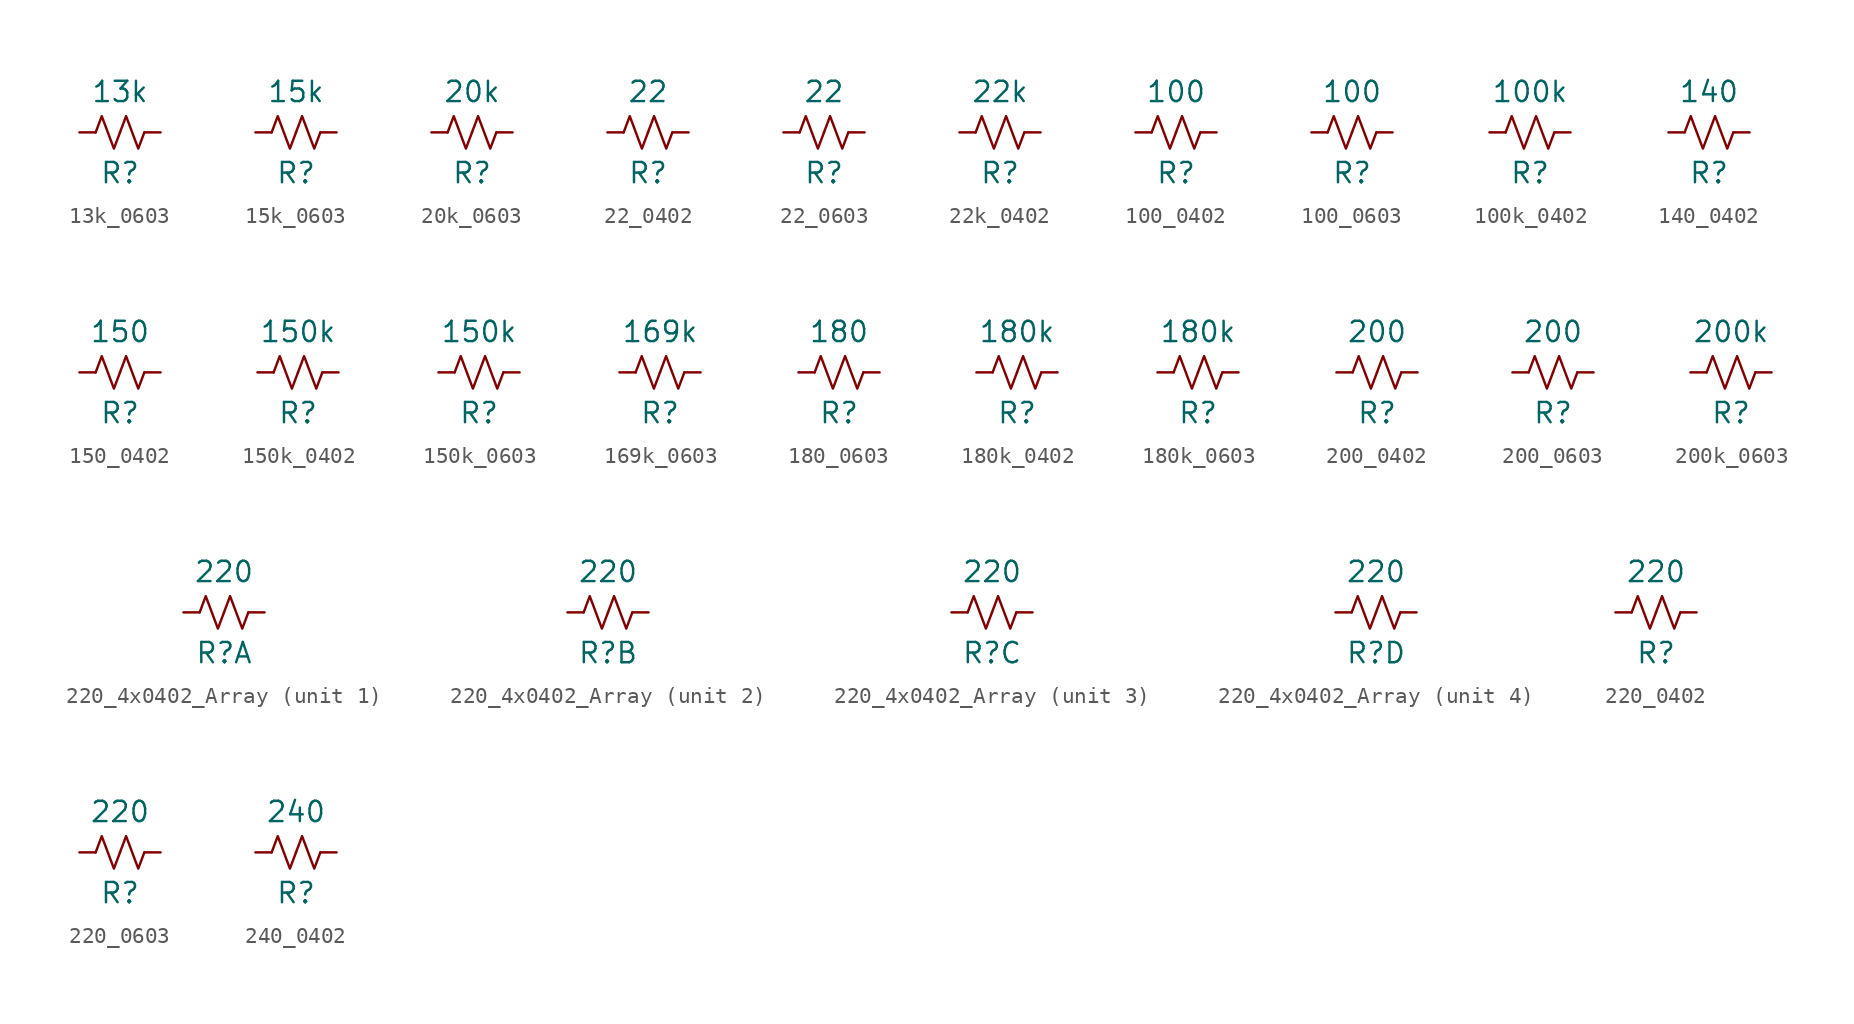
<source format=kicad_sym>
(kicad_symbol_lib
  (version 20241209)
  (generator "kicad_symbol_editor")
  (generator_version "9.0")
  (symbol "13k_0603"
    (pin_numbers
      (hide yes))
    (pin_names
      (offset 0))
    (property "Reference" "R"
      (at 0 -2.54 0)
      (effects (font (size 1.27 1.27))))
    (property "Value" "13k"
      (at 0 2.54 0)
      (effects (font (size 1.27 1.27))))
    (symbol "13k_0603_0_1"
      (polyline (pts (xy -1.524 0) (xy -1.143 1.016) (xy -0.762 0) (xy -0.381 -1.016) (xy 0 0)) (stroke (width 0) (type default)) (fill (type none)))
      (polyline (pts (xy 0 0) (xy 0.381 1.016) (xy 0.762 0) (xy 1.143 -1.016) (xy 1.524 0)) (stroke (width 0) (type default)) (fill (type none))))
    (symbol "13k_0603_1_1"
      (pin passive line (at -2.54 0 0) (length 1.016) (name "~" (effects (font (size 1.27 1.27)))) (number "1" (effects (font (size 1.27 1.27)))))
      (pin passive line (at 2.54 0 180) (length 1.016) (name "~" (effects (font (size 1.27 1.27)))) (number "2" (effects (font (size 1.27 1.27)))))))
  (symbol "15k_0603"
    (pin_numbers
      (hide yes))
    (pin_names
      (offset 0))
    (property "Reference" "R"
      (at 0 -2.54 0)
      (effects (font (size 1.27 1.27))))
    (property "Value" "15k"
      (at 0 2.54 0)
      (effects (font (size 1.27 1.27))))
    (symbol "15k_0603_0_1"
      (polyline (pts (xy -1.524 0) (xy -1.143 1.016) (xy -0.762 0) (xy -0.381 -1.016) (xy 0 0)) (stroke (width 0) (type default)) (fill (type none)))
      (polyline (pts (xy 0 0) (xy 0.381 1.016) (xy 0.762 0) (xy 1.143 -1.016) (xy 1.524 0)) (stroke (width 0) (type default)) (fill (type none))))
    (symbol "15k_0603_1_1"
      (pin passive line (at -2.54 0 0) (length 1.016) (name "~" (effects (font (size 1.27 1.27)))) (number "1" (effects (font (size 1.27 1.27)))))
      (pin passive line (at 2.54 0 180) (length 1.016) (name "~" (effects (font (size 1.27 1.27)))) (number "2" (effects (font (size 1.27 1.27)))))))
  (symbol "20k_0603"
    (pin_numbers
      (hide yes))
    (pin_names
      (offset 0))
    (property "Reference" "R"
      (at 0 -2.54 0)
      (effects (font (size 1.27 1.27))))
    (property "Value" "20k"
      (at 0 2.54 0)
      (effects (font (size 1.27 1.27))))
    (symbol "20k_0603_0_1"
      (polyline (pts (xy -1.524 0) (xy -1.143 1.016) (xy -0.762 0) (xy -0.381 -1.016) (xy 0 0)) (stroke (width 0) (type default)) (fill (type none)))
      (polyline (pts (xy 0 0) (xy 0.381 1.016) (xy 0.762 0) (xy 1.143 -1.016) (xy 1.524 0)) (stroke (width 0) (type default)) (fill (type none))))
    (symbol "20k_0603_1_1"
      (pin passive line (at -2.54 0 0) (length 1.016) (name "~" (effects (font (size 1.27 1.27)))) (number "1" (effects (font (size 1.27 1.27)))))
      (pin passive line (at 2.54 0 180) (length 1.016) (name "~" (effects (font (size 1.27 1.27)))) (number "2" (effects (font (size 1.27 1.27)))))))
  (symbol "22_0402"
    (pin_numbers
      (hide yes))
    (pin_names
      (offset 0))
    (property "Reference" "R"
      (at 0 -2.54 0)
      (effects (font (size 1.27 1.27))))
    (property "Value" "22"
      (at 0 2.54 0)
      (effects (font (size 1.27 1.27))))
    (symbol "22_0402_0_1"
      (polyline (pts (xy -1.524 0) (xy -1.143 1.016) (xy -0.762 0) (xy -0.381 -1.016) (xy 0 0)) (stroke (width 0) (type default)) (fill (type none)))
      (polyline (pts (xy 0 0) (xy 0.381 1.016) (xy 0.762 0) (xy 1.143 -1.016) (xy 1.524 0)) (stroke (width 0) (type default)) (fill (type none))))
    (symbol "22_0402_1_1"
      (pin passive line (at -2.54 0 0) (length 1.016) (name "~" (effects (font (size 1.27 1.27)))) (number "1" (effects (font (size 1.27 1.27)))))
      (pin passive line (at 2.54 0 180) (length 1.016) (name "~" (effects (font (size 1.27 1.27)))) (number "2" (effects (font (size 1.27 1.27)))))))
  (symbol "22_0603"
    (pin_numbers
      (hide yes))
    (pin_names
      (offset 0))
    (property "Reference" "R"
      (at 0 -2.54 0)
      (effects (font (size 1.27 1.27))))
    (property "Value" "22"
      (at 0 2.54 0)
      (effects (font (size 1.27 1.27))))
    (symbol "22_0603_0_1"
      (polyline (pts (xy -1.524 0) (xy -1.143 1.016) (xy -0.762 0) (xy -0.381 -1.016) (xy 0 0)) (stroke (width 0) (type default)) (fill (type none)))
      (polyline (pts (xy 0 0) (xy 0.381 1.016) (xy 0.762 0) (xy 1.143 -1.016) (xy 1.524 0)) (stroke (width 0) (type default)) (fill (type none))))
    (symbol "22_0603_1_1"
      (pin passive line (at -2.54 0 0) (length 1.016) (name "~" (effects (font (size 1.27 1.27)))) (number "1" (effects (font (size 1.27 1.27)))))
      (pin passive line (at 2.54 0 180) (length 1.016) (name "~" (effects (font (size 1.27 1.27)))) (number "2" (effects (font (size 1.27 1.27)))))))
  (symbol "22k_0402"
    (pin_numbers
      (hide yes))
    (pin_names
      (offset 0))
    (property "Reference" "R"
      (at 0 -2.54 0)
      (effects (font (size 1.27 1.27))))
    (property "Value" "22k"
      (at 0 2.54 0)
      (effects (font (size 1.27 1.27))))
    (symbol "22k_0402_0_1"
      (polyline (pts (xy -1.524 0) (xy -1.143 1.016) (xy -0.762 0) (xy -0.381 -1.016) (xy 0 0)) (stroke (width 0) (type default)) (fill (type none)))
      (polyline (pts (xy 0 0) (xy 0.381 1.016) (xy 0.762 0) (xy 1.143 -1.016) (xy 1.524 0)) (stroke (width 0) (type default)) (fill (type none))))
    (symbol "22k_0402_1_1"
      (pin passive line (at -2.54 0 0) (length 1.016) (name "~" (effects (font (size 1.27 1.27)))) (number "1" (effects (font (size 1.27 1.27)))))
      (pin passive line (at 2.54 0 180) (length 1.016) (name "~" (effects (font (size 1.27 1.27)))) (number "2" (effects (font (size 1.27 1.27)))))))
  (symbol "100_0402"
    (pin_numbers
      (hide yes))
    (pin_names
      (offset 0))
    (property "Reference" "R"
      (at 0 -2.54 0)
      (effects (font (size 1.27 1.27))))
    (property "Value" "100"
      (at 0 2.54 0)
      (effects (font (size 1.27 1.27))))
    (symbol "100_0402_0_1"
      (polyline (pts (xy -1.524 0) (xy -1.143 1.016) (xy -0.762 0) (xy -0.381 -1.016) (xy 0 0)) (stroke (width 0) (type default)) (fill (type none)))
      (polyline (pts (xy 0 0) (xy 0.381 1.016) (xy 0.762 0) (xy 1.143 -1.016) (xy 1.524 0)) (stroke (width 0) (type default)) (fill (type none))))
    (symbol "100_0402_1_1"
      (pin passive line (at -2.54 0 0) (length 1.016) (name "~" (effects (font (size 1.27 1.27)))) (number "1" (effects (font (size 1.27 1.27)))))
      (pin passive line (at 2.54 0 180) (length 1.016) (name "~" (effects (font (size 1.27 1.27)))) (number "2" (effects (font (size 1.27 1.27)))))))
  (symbol "100_0603"
    (pin_numbers
      (hide yes))
    (pin_names
      (offset 0))
    (property "Reference" "R"
      (at 0 -2.54 0)
      (effects (font (size 1.27 1.27))))
    (property "Value" "100"
      (at 0 2.54 0)
      (effects (font (size 1.27 1.27))))
    (symbol "100_0603_0_1"
      (polyline (pts (xy -1.524 0) (xy -1.143 1.016) (xy -0.762 0) (xy -0.381 -1.016) (xy 0 0)) (stroke (width 0) (type default)) (fill (type none)))
      (polyline (pts (xy 0 0) (xy 0.381 1.016) (xy 0.762 0) (xy 1.143 -1.016) (xy 1.524 0)) (stroke (width 0) (type default)) (fill (type none))))
    (symbol "100_0603_1_1"
      (pin passive line (at -2.54 0 0) (length 1.016) (name "~" (effects (font (size 1.27 1.27)))) (number "1" (effects (font (size 1.27 1.27)))))
      (pin passive line (at 2.54 0 180) (length 1.016) (name "~" (effects (font (size 1.27 1.27)))) (number "2" (effects (font (size 1.27 1.27)))))))
  (symbol "100k_0402"
    (pin_numbers
      (hide yes))
    (pin_names
      (offset 0))
    (property "Reference" "R"
      (at 0 -2.54 0)
      (effects (font (size 1.27 1.27))))
    (property "Value" "100k"
      (at 0 2.54 0)
      (effects (font (size 1.27 1.27))))
    (symbol "100k_0402_0_1"
      (polyline (pts (xy -1.524 0) (xy -1.143 1.016) (xy -0.762 0) (xy -0.381 -1.016) (xy 0 0)) (stroke (width 0) (type default)) (fill (type none)))
      (polyline (pts (xy 0 0) (xy 0.381 1.016) (xy 0.762 0) (xy 1.143 -1.016) (xy 1.524 0)) (stroke (width 0) (type default)) (fill (type none))))
    (symbol "100k_0402_1_1"
      (pin passive line (at -2.54 0 0) (length 1.016) (name "~" (effects (font (size 1.27 1.27)))) (number "1" (effects (font (size 1.27 1.27)))))
      (pin passive line (at 2.54 0 180) (length 1.016) (name "~" (effects (font (size 1.27 1.27)))) (number "2" (effects (font (size 1.27 1.27)))))))
  (symbol "140_0402"
    (pin_numbers
      (hide yes))
    (pin_names
      (offset 0))
    (property "Reference" "R"
      (at 0 -2.54 0)
      (effects (font (size 1.27 1.27))))
    (property "Value" "140"
      (at 0 2.54 0)
      (effects (font (size 1.27 1.27))))
    (symbol "140_0402_0_1"
      (polyline (pts (xy -1.524 0) (xy -1.143 1.016) (xy -0.762 0) (xy -0.381 -1.016) (xy 0 0)) (stroke (width 0) (type default)) (fill (type none)))
      (polyline (pts (xy 0 0) (xy 0.381 1.016) (xy 0.762 0) (xy 1.143 -1.016) (xy 1.524 0)) (stroke (width 0) (type default)) (fill (type none))))
    (symbol "140_0402_1_1"
      (pin passive line (at -2.54 0 0) (length 1.016) (name "~" (effects (font (size 1.27 1.27)))) (number "1" (effects (font (size 1.27 1.27)))))
      (pin passive line (at 2.54 0 180) (length 1.016) (name "~" (effects (font (size 1.27 1.27)))) (number "2" (effects (font (size 1.27 1.27)))))))
  (symbol "150_0402"
    (pin_numbers
      (hide yes))
    (pin_names
      (offset 0))
    (property "Reference" "R"
      (at 0 -2.54 0)
      (effects (font (size 1.27 1.27))))
    (property "Value" "150"
      (at 0 2.54 0)
      (effects (font (size 1.27 1.27))))
    (symbol "150_0402_0_1"
      (polyline (pts (xy -1.524 0) (xy -1.143 1.016) (xy -0.762 0) (xy -0.381 -1.016) (xy 0 0)) (stroke (width 0) (type default)) (fill (type none)))
      (polyline (pts (xy 0 0) (xy 0.381 1.016) (xy 0.762 0) (xy 1.143 -1.016) (xy 1.524 0)) (stroke (width 0) (type default)) (fill (type none))))
    (symbol "150_0402_1_1"
      (pin passive line (at -2.54 0 0) (length 1.016) (name "~" (effects (font (size 1.27 1.27)))) (number "1" (effects (font (size 1.27 1.27)))))
      (pin passive line (at 2.54 0 180) (length 1.016) (name "~" (effects (font (size 1.27 1.27)))) (number "2" (effects (font (size 1.27 1.27)))))))
  (symbol "150k_0402"
    (pin_numbers
      (hide yes))
    (pin_names
      (offset 0))
    (property "Reference" "R"
      (at 0 -2.54 0)
      (effects (font (size 1.27 1.27))))
    (property "Value" "150k"
      (at 0 2.54 0)
      (effects (font (size 1.27 1.27))))
    (symbol "150k_0402_0_1"
      (polyline (pts (xy -1.524 0) (xy -1.143 1.016) (xy -0.762 0) (xy -0.381 -1.016) (xy 0 0)) (stroke (width 0) (type default)) (fill (type none)))
      (polyline (pts (xy 0 0) (xy 0.381 1.016) (xy 0.762 0) (xy 1.143 -1.016) (xy 1.524 0)) (stroke (width 0) (type default)) (fill (type none))))
    (symbol "150k_0402_1_1"
      (pin passive line (at -2.54 0 0) (length 1.016) (name "~" (effects (font (size 1.27 1.27)))) (number "1" (effects (font (size 1.27 1.27)))))
      (pin passive line (at 2.54 0 180) (length 1.016) (name "~" (effects (font (size 1.27 1.27)))) (number "2" (effects (font (size 1.27 1.27)))))))
  (symbol "150k_0603"
    (pin_numbers
      (hide yes))
    (pin_names
      (offset 0))
    (property "Reference" "R"
      (at 0 -2.54 0)
      (effects (font (size 1.27 1.27))))
    (property "Value" "150k"
      (at 0 2.54 0)
      (effects (font (size 1.27 1.27))))
    (symbol "150k_0603_0_1"
      (polyline (pts (xy -1.524 0) (xy -1.143 1.016) (xy -0.762 0) (xy -0.381 -1.016) (xy 0 0)) (stroke (width 0) (type default)) (fill (type none)))
      (polyline (pts (xy 0 0) (xy 0.381 1.016) (xy 0.762 0) (xy 1.143 -1.016) (xy 1.524 0)) (stroke (width 0) (type default)) (fill (type none))))
    (symbol "150k_0603_1_1"
      (pin passive line (at -2.54 0 0) (length 1.016) (name "~" (effects (font (size 1.27 1.27)))) (number "1" (effects (font (size 1.27 1.27)))))
      (pin passive line (at 2.54 0 180) (length 1.016) (name "~" (effects (font (size 1.27 1.27)))) (number "2" (effects (font (size 1.27 1.27)))))))
  (symbol "169k_0603"
    (pin_numbers
      (hide yes))
    (pin_names
      (offset 0))
    (property "Reference" "R"
      (at 0 -2.54 0)
      (effects (font (size 1.27 1.27))))
    (property "Value" "169k"
      (at 0 2.54 0)
      (effects (font (size 1.27 1.27))))
    (symbol "169k_0603_0_1"
      (polyline (pts (xy -1.524 0) (xy -1.143 1.016) (xy -0.762 0) (xy -0.381 -1.016) (xy 0 0)) (stroke (width 0) (type default)) (fill (type none)))
      (polyline (pts (xy 0 0) (xy 0.381 1.016) (xy 0.762 0) (xy 1.143 -1.016) (xy 1.524 0)) (stroke (width 0) (type default)) (fill (type none))))
    (symbol "169k_0603_1_1"
      (pin passive line (at -2.54 0 0) (length 1.016) (name "~" (effects (font (size 1.27 1.27)))) (number "1" (effects (font (size 1.27 1.27)))))
      (pin passive line (at 2.54 0 180) (length 1.016) (name "~" (effects (font (size 1.27 1.27)))) (number "2" (effects (font (size 1.27 1.27)))))))
  (symbol "180_0603"
    (pin_numbers
      (hide yes))
    (pin_names
      (offset 0))
    (property "Reference" "R"
      (at 0 -2.54 0)
      (effects (font (size 1.27 1.27))))
    (property "Value" "180"
      (at 0 2.54 0)
      (effects (font (size 1.27 1.27))))
    (symbol "180_0603_0_1"
      (polyline (pts (xy -1.524 0) (xy -1.143 1.016) (xy -0.762 0) (xy -0.381 -1.016) (xy 0 0)) (stroke (width 0) (type default)) (fill (type none)))
      (polyline (pts (xy 0 0) (xy 0.381 1.016) (xy 0.762 0) (xy 1.143 -1.016) (xy 1.524 0)) (stroke (width 0) (type default)) (fill (type none))))
    (symbol "180_0603_1_1"
      (pin passive line (at -2.54 0 0) (length 1.016) (name "~" (effects (font (size 1.27 1.27)))) (number "1" (effects (font (size 1.27 1.27)))))
      (pin passive line (at 2.54 0 180) (length 1.016) (name "~" (effects (font (size 1.27 1.27)))) (number "2" (effects (font (size 1.27 1.27)))))))
  (symbol "180k_0402"
    (pin_numbers
      (hide yes))
    (pin_names
      (offset 0))
    (property "Reference" "R"
      (at 0 -2.54 0)
      (effects (font (size 1.27 1.27))))
    (property "Value" "180k"
      (at 0 2.54 0)
      (effects (font (size 1.27 1.27))))
    (symbol "180k_0402_0_1"
      (polyline (pts (xy -1.524 0) (xy -1.143 1.016) (xy -0.762 0) (xy -0.381 -1.016) (xy 0 0)) (stroke (width 0) (type default)) (fill (type none)))
      (polyline (pts (xy 0 0) (xy 0.381 1.016) (xy 0.762 0) (xy 1.143 -1.016) (xy 1.524 0)) (stroke (width 0) (type default)) (fill (type none))))
    (symbol "180k_0402_1_1"
      (pin passive line (at -2.54 0 0) (length 1.016) (name "~" (effects (font (size 1.27 1.27)))) (number "1" (effects (font (size 1.27 1.27)))))
      (pin passive line (at 2.54 0 180) (length 1.016) (name "~" (effects (font (size 1.27 1.27)))) (number "2" (effects (font (size 1.27 1.27)))))))
  (symbol "180k_0603"
    (pin_numbers
      (hide yes))
    (pin_names
      (offset 0))
    (property "Reference" "R"
      (at 0 -2.54 0)
      (effects (font (size 1.27 1.27))))
    (property "Value" "180k"
      (at 0 2.54 0)
      (effects (font (size 1.27 1.27))))
    (symbol "180k_0603_0_1"
      (polyline (pts (xy -1.524 0) (xy -1.143 1.016) (xy -0.762 0) (xy -0.381 -1.016) (xy 0 0)) (stroke (width 0) (type default)) (fill (type none)))
      (polyline (pts (xy 0 0) (xy 0.381 1.016) (xy 0.762 0) (xy 1.143 -1.016) (xy 1.524 0)) (stroke (width 0) (type default)) (fill (type none))))
    (symbol "180k_0603_1_1"
      (pin passive line (at -2.54 0 0) (length 1.016) (name "~" (effects (font (size 1.27 1.27)))) (number "1" (effects (font (size 1.27 1.27)))))
      (pin passive line (at 2.54 0 180) (length 1.016) (name "~" (effects (font (size 1.27 1.27)))) (number "2" (effects (font (size 1.27 1.27)))))))
  (symbol "200_0402"
    (pin_numbers
      (hide yes))
    (pin_names
      (offset 0))
    (property "Reference" "R"
      (at 0 -2.54 0)
      (effects (font (size 1.27 1.27))))
    (property "Value" "200"
      (at 0 2.54 0)
      (effects (font (size 1.27 1.27))))
    (symbol "200_0402_0_1"
      (polyline (pts (xy -1.524 0) (xy -1.143 1.016) (xy -0.762 0) (xy -0.381 -1.016) (xy 0 0)) (stroke (width 0) (type default)) (fill (type none)))
      (polyline (pts (xy 0 0) (xy 0.381 1.016) (xy 0.762 0) (xy 1.143 -1.016) (xy 1.524 0)) (stroke (width 0) (type default)) (fill (type none))))
    (symbol "200_0402_1_1"
      (pin passive line (at -2.54 0 0) (length 1.016) (name "~" (effects (font (size 1.27 1.27)))) (number "1" (effects (font (size 1.27 1.27)))))
      (pin passive line (at 2.54 0 180) (length 1.016) (name "~" (effects (font (size 1.27 1.27)))) (number "2" (effects (font (size 1.27 1.27)))))))
  (symbol "200_0603"
    (pin_numbers
      (hide yes))
    (pin_names
      (offset 0))
    (property "Reference" "R"
      (at 0 -2.54 0)
      (effects (font (size 1.27 1.27))))
    (property "Value" "200"
      (at 0 2.54 0)
      (effects (font (size 1.27 1.27))))
    (symbol "200_0603_0_1"
      (polyline (pts (xy -1.524 0) (xy -1.143 1.016) (xy -0.762 0) (xy -0.381 -1.016) (xy 0 0)) (stroke (width 0) (type default)) (fill (type none)))
      (polyline (pts (xy 0 0) (xy 0.381 1.016) (xy 0.762 0) (xy 1.143 -1.016) (xy 1.524 0)) (stroke (width 0) (type default)) (fill (type none))))
    (symbol "200_0603_1_1"
      (pin passive line (at -2.54 0 0) (length 1.016) (name "~" (effects (font (size 1.27 1.27)))) (number "1" (effects (font (size 1.27 1.27)))))
      (pin passive line (at 2.54 0 180) (length 1.016) (name "~" (effects (font (size 1.27 1.27)))) (number "2" (effects (font (size 1.27 1.27)))))))
  (symbol "200k_0603"
    (pin_numbers
      (hide yes))
    (pin_names
      (offset 0))
    (property "Reference" "R"
      (at 0 -2.54 0)
      (effects (font (size 1.27 1.27))))
    (property "Value" "200k"
      (at 0 2.54 0)
      (effects (font (size 1.27 1.27))))
    (symbol "200k_0603_0_1"
      (polyline (pts (xy -1.524 0) (xy -1.143 1.016) (xy -0.762 0) (xy -0.381 -1.016) (xy 0 0)) (stroke (width 0) (type default)) (fill (type none)))
      (polyline (pts (xy 0 0) (xy 0.381 1.016) (xy 0.762 0) (xy 1.143 -1.016) (xy 1.524 0)) (stroke (width 0) (type default)) (fill (type none))))
    (symbol "200k_0603_1_1"
      (pin passive line (at -2.54 0 0) (length 1.016) (name "~" (effects (font (size 1.27 1.27)))) (number "1" (effects (font (size 1.27 1.27)))))
      (pin passive line (at 2.54 0 180) (length 1.016) (name "~" (effects (font (size 1.27 1.27)))) (number "2" (effects (font (size 1.27 1.27)))))))
  (symbol "220_4x0402_Array"
    (pin_numbers
      (hide yes))
    (pin_names
      (offset 0))
    (property "Reference" "R"
      (at 0 -2.54 0)
      (effects (font (size 1.27 1.27))))
    (property "Value" "220"
      (at 0 2.54 0)
      (effects (font (size 1.27 1.27))))
    (symbol "220_4x0402_Array_0_1"
      (polyline (pts (xy -1.524 0) (xy -1.143 1.016) (xy -0.762 0) (xy -0.381 -1.016) (xy 0 0)) (stroke (width 0) (type default)) (fill (type none)))
      (polyline (pts (xy 0 0) (xy 0.381 1.016) (xy 0.762 0) (xy 1.143 -1.016) (xy 1.524 0)) (stroke (width 0) (type default)) (fill (type none))))
    (symbol "220_4x0402_Array_1_1"
      (pin passive line (at -2.54 0 0) (length 1.016) (name "~" (effects (font (size 1.27 1.27)))) (number "1" (effects (font (size 1.27 1.27)))))
      (pin passive line (at 2.54 0 180) (length 1.016) (name "~" (effects (font (size 1.27 1.27)))) (number "2" (effects (font (size 1.27 1.27))))))
    (symbol "220_4x0402_Array_2_1"
      (pin passive line (at -2.54 0 0) (length 1.016) (name "~" (effects (font (size 1.27 1.27)))) (number "3" (effects (font (size 1.27 1.27)))))
      (pin passive line (at 2.54 0 180) (length 1.016) (name "~" (effects (font (size 1.27 1.27)))) (number "4" (effects (font (size 1.27 1.27))))))
    (symbol "220_4x0402_Array_3_1"
      (pin passive line (at -2.54 0 0) (length 1.016) (name "~" (effects (font (size 1.27 1.27)))) (number "5" (effects (font (size 1.27 1.27)))))
      (pin passive line (at 2.54 0 180) (length 1.016) (name "~" (effects (font (size 1.27 1.27)))) (number "6" (effects (font (size 1.27 1.27))))))
    (symbol "220_4x0402_Array_4_1"
      (pin passive line (at -2.54 0 0) (length 1.016) (name "~" (effects (font (size 1.27 1.27)))) (number "7" (effects (font (size 1.27 1.27)))))
      (pin passive line (at 2.54 0 180) (length 1.016) (name "~" (effects (font (size 1.27 1.27)))) (number "8" (effects (font (size 1.27 1.27)))))))
  (symbol "220_0402"
    (pin_numbers
      (hide yes))
    (pin_names
      (offset 0))
    (property "Reference" "R"
      (at 0 -2.54 0)
      (effects (font (size 1.27 1.27))))
    (property "Value" "220"
      (at 0 2.54 0)
      (effects (font (size 1.27 1.27))))
    (symbol "220_0402_0_1"
      (polyline (pts (xy -1.524 0) (xy -1.143 1.016) (xy -0.762 0) (xy -0.381 -1.016) (xy 0 0)) (stroke (width 0) (type default)) (fill (type none)))
      (polyline (pts (xy 0 0) (xy 0.381 1.016) (xy 0.762 0) (xy 1.143 -1.016) (xy 1.524 0)) (stroke (width 0) (type default)) (fill (type none))))
    (symbol "220_0402_1_1"
      (pin passive line (at -2.54 0 0) (length 1.016) (name "~" (effects (font (size 1.27 1.27)))) (number "1" (effects (font (size 1.27 1.27)))))
      (pin passive line (at 2.54 0 180) (length 1.016) (name "~" (effects (font (size 1.27 1.27)))) (number "2" (effects (font (size 1.27 1.27)))))))
  (symbol "220_0603"
    (pin_numbers
      (hide yes))
    (pin_names
      (offset 0))
    (property "Reference" "R"
      (at 0 -2.54 0)
      (effects (font (size 1.27 1.27))))
    (property "Value" "220"
      (at 0 2.54 0)
      (effects (font (size 1.27 1.27))))
    (symbol "220_0603_0_1"
      (polyline (pts (xy -1.524 0) (xy -1.143 1.016) (xy -0.762 0) (xy -0.381 -1.016) (xy 0 0)) (stroke (width 0) (type default)) (fill (type none)))
      (polyline (pts (xy 0 0) (xy 0.381 1.016) (xy 0.762 0) (xy 1.143 -1.016) (xy 1.524 0)) (stroke (width 0) (type default)) (fill (type none))))
    (symbol "220_0603_1_1"
      (pin passive line (at -2.54 0 0) (length 1.016) (name "~" (effects (font (size 1.27 1.27)))) (number "1" (effects (font (size 1.27 1.27)))))
      (pin passive line (at 2.54 0 180) (length 1.016) (name "~" (effects (font (size 1.27 1.27)))) (number "2" (effects (font (size 1.27 1.27)))))))
  (symbol "240_0402"
    (pin_numbers
      (hide yes))
    (pin_names
      (offset 0))
    (property "Reference" "R"
      (at 0 -2.54 0)
      (effects (font (size 1.27 1.27))))
    (property "Value" "240"
      (at 0 2.54 0)
      (effects (font (size 1.27 1.27))))
    (symbol "240_0402_0_1"
      (polyline (pts (xy -1.524 0) (xy -1.143 1.016) (xy -0.762 0) (xy -0.381 -1.016) (xy 0 0)) (stroke (width 0) (type default)) (fill (type none)))
      (polyline (pts (xy 0 0) (xy 0.381 1.016) (xy 0.762 0) (xy 1.143 -1.016) (xy 1.524 0)) (stroke (width 0) (type default)) (fill (type none))))
    (symbol "240_0402_1_1"
      (pin passive line (at -2.54 0 0) (length 1.016) (name "~" (effects (font (size 1.27 1.27)))) (number "1" (effects (font (size 1.27 1.27)))))
      (pin passive line (at 2.54 0 180) (length 1.016) (name "~" (effects (font (size 1.27 1.27)))) (number "2" (effects (font (size 1.27 1.27))))))))
</source>
